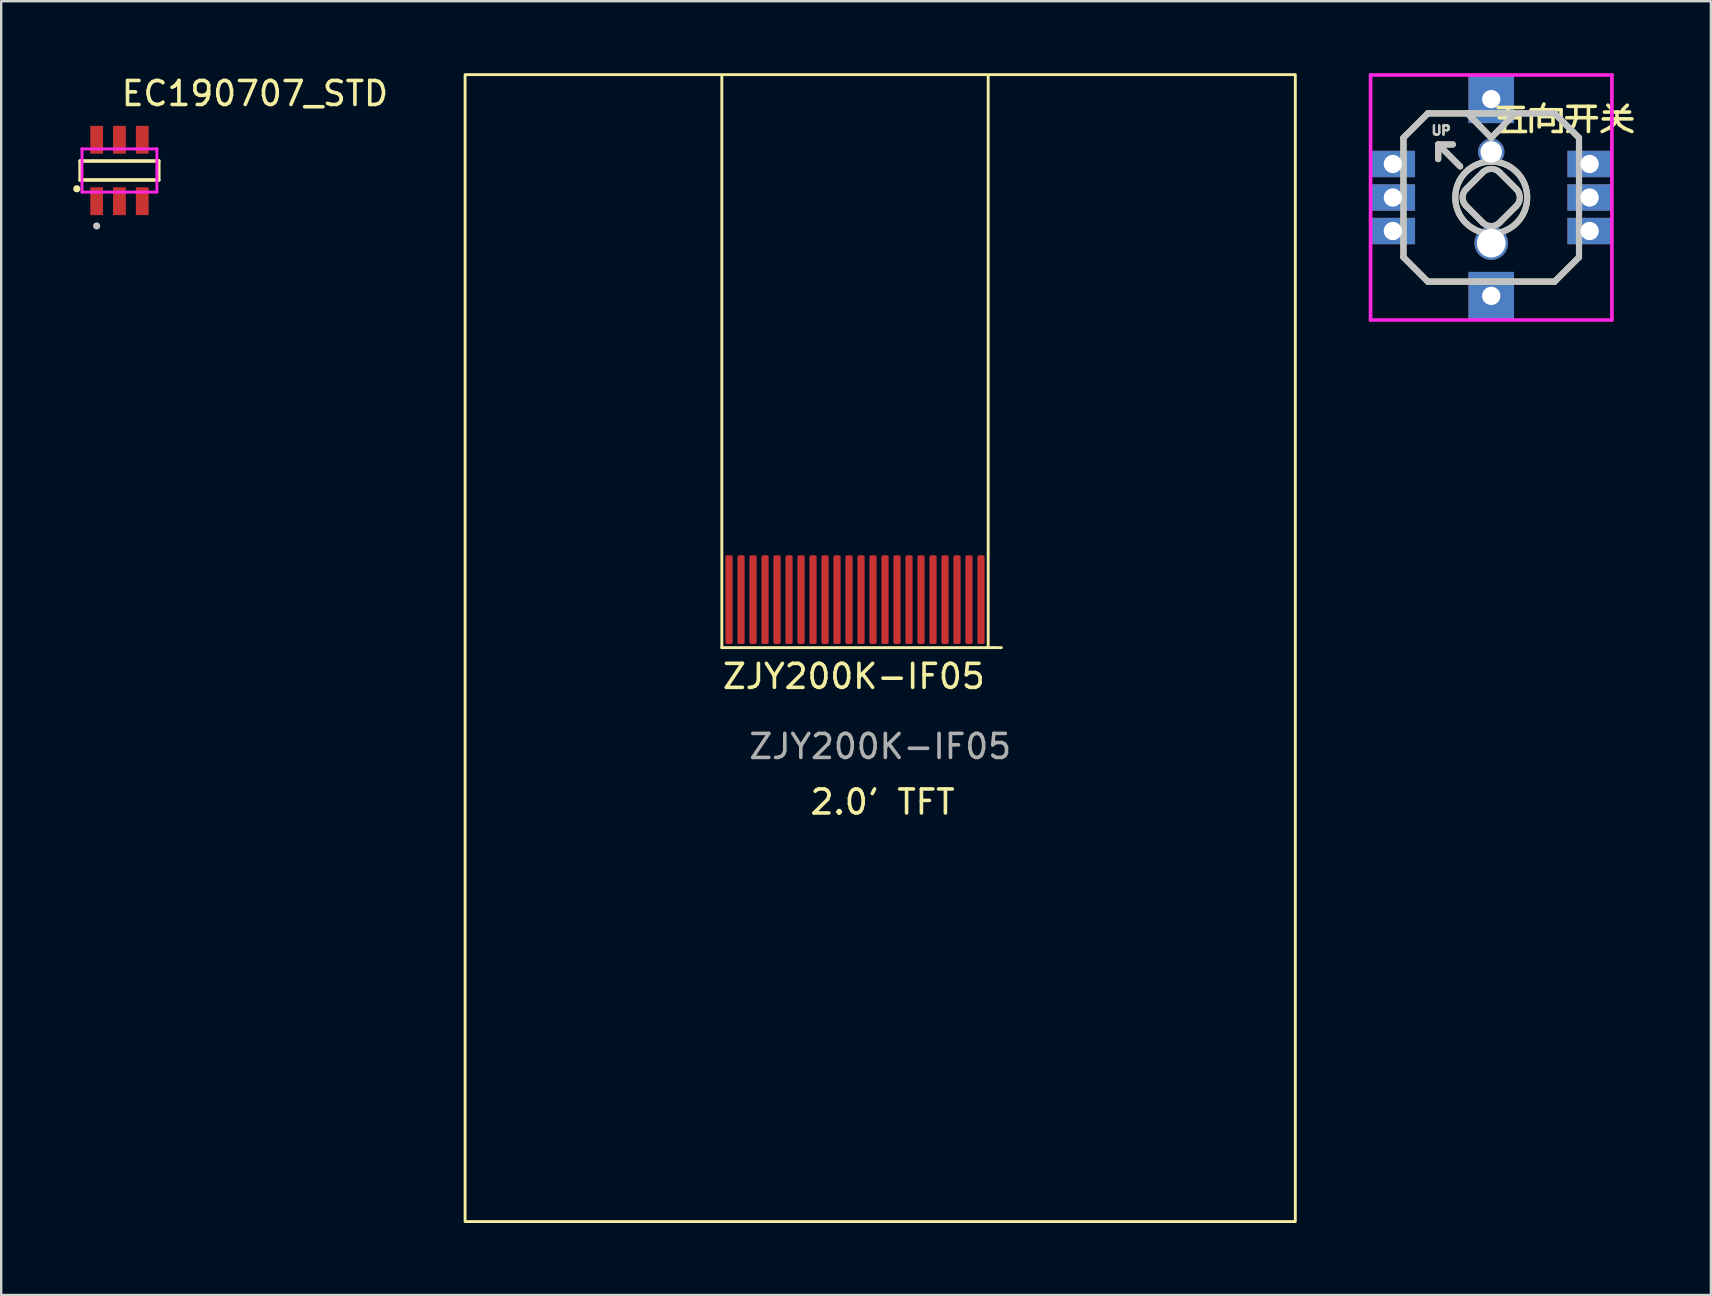
<source format=kicad_pcb>
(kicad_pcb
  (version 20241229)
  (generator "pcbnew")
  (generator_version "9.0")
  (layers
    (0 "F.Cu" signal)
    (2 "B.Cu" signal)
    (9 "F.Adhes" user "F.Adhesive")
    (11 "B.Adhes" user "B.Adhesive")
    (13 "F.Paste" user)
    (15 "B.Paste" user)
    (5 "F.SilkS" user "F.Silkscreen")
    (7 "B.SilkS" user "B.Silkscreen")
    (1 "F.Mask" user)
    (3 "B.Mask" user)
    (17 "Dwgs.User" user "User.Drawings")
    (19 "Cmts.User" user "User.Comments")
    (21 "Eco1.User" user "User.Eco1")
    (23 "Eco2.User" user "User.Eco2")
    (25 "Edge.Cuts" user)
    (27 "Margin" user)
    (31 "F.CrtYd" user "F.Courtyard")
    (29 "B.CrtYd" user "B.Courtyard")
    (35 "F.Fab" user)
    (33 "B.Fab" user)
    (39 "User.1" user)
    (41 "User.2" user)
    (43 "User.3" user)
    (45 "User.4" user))
  (footprint "EC190707_STD"
    (layer "F.Cu")
    (at 1.928 4.055)
    (property "Reference" "EC190707_STD" (at 0 -3.207 0) (layer "F.SilkS") (effects (font (size 1 1) (thickness 0.15)) (justify left)))
    (attr through_hole)
    (fp_line (start -1.636 -0.395) (end 1.636 -0.395) (stroke (width 0.152) (type solid)) (layer "F.SilkS"))
    (fp_line (start -1.636 0.395) (end -1.636 -0.395) (stroke (width 0.152) (type solid)) (layer "F.SilkS"))
    (fp_line (start 1.636 -0.395) (end 1.636 0.395) (stroke (width 0.152) (type solid)) (layer "F.SilkS"))
    (fp_line (start 1.636 0.395) (end -1.636 0.395) (stroke (width 0.152) (type solid)) (layer "F.SilkS"))
    (fp_circle (center -1.778 0.762) (end -1.703 0.762) (stroke (width 0.15) (type solid)) (fill no) (layer "F.SilkS"))
    (fp_circle (center -0.95 2.311) (end -0.875 2.311) (stroke (width 0.15) (type solid)) (fill no) (layer "Dwgs.User"))
    (fp_circle (center -1.56 1.5) (end -1.53 1.5) (stroke (width 0.06) (type solid)) (fill no) (layer "Eco2.User"))
    (fp_poly (pts (xy -0.7 -1.5) (xy -0.7 -0.9) (xy -1.2 -0.9) (xy -1.2 -1.5)) (stroke (width 0.12) (type solid)) (fill no) (layer "Eco2.User"))
    (fp_poly (pts (xy -0.7 1.5) (xy -0.7 0.9) (xy -1.2 0.9) (xy -1.2 1.5)) (stroke (width 0.12) (type solid)) (fill no) (layer "Eco2.User"))
    (fp_poly (pts (xy 0.25 -1.5) (xy 0.25 -0.9) (xy -0.25 -0.9) (xy -0.25 -1.5)) (stroke (width 0.12) (type solid)) (fill no) (layer "Eco2.User"))
    (fp_poly (pts (xy 0.25 1.5) (xy 0.25 0.9) (xy -0.25 0.9) (xy -0.25 1.5)) (stroke (width 0.12) (type solid)) (fill no) (layer "Eco2.User"))
    (fp_poly (pts (xy 1.2 -1.5) (xy 1.2 -0.9) (xy 0.7 -0.9) (xy 0.7 -1.5)) (stroke (width 0.12) (type solid)) (fill no) (layer "Eco2.User"))
    (fp_poly (pts (xy 1.2 1.5) (xy 1.2 0.9) (xy 0.7 0.9) (xy 0.7 1.5)) (stroke (width 0.12) (type solid)) (fill no) (layer "Eco2.User"))
    (fp_line (start -1.56 -0.9) (end -1.56 -0.9) (stroke (width 0.12) (type solid)) (layer "F.CrtYd"))
    (fp_line (start -1.56 -0.9) (end -1.56 0.9) (stroke (width 0.12) (type solid)) (layer "F.CrtYd"))
    (fp_line (start -1.56 0.9) (end 1.56 0.9) (stroke (width 0.12) (type solid)) (layer "F.CrtYd"))
    (fp_line (start 1.56 -0.9) (end -1.56 -0.9) (stroke (width 0.12) (type solid)) (layer "F.CrtYd"))
    (fp_line (start 1.56 -0.9) (end 1.56 -0.9) (stroke (width 0.12) (type solid)) (layer "F.CrtYd"))
    (fp_line (start 1.56 0.9) (end 1.56 -0.9) (stroke (width 0.12) (type solid)) (layer "F.CrtYd"))
    (pad "1" smd rect (at -0.95 1.28) (size 0.532 1.16) (layers "F.Cu" "F.Mask" "F.Paste"))
    (pad "2" smd rect (at 0 1.28) (size 0.532 1.16) (layers "F.Cu" "F.Mask" "F.Paste"))
    (pad "3" smd rect (at 0.95 1.28) (size 0.532 1.16) (layers "F.Cu" "F.Mask" "F.Paste"))
    (pad "4" smd rect (at 0.95 -1.28) (size 0.532 1.16) (layers "F.Cu" "F.Mask" "F.Paste"))
    (pad "5" smd rect (at 0 -1.28) (size 0.532 1.16) (layers "F.Cu" "F.Mask" "F.Paste"))
    (pad "6" smd rect (at -0.95 -1.28) (size 0.532 1.16) (layers "F.Cu" "F.Mask" "F.Paste")))
  (footprint "五向开关"
    (layer "F.Cu")
    (at 59.098 5.181)
    (property "Reference" "五向开关" (at 0 -3.207 0) (layer "F.SilkS") (effects (font (size 1 1) (thickness 0.15)) (justify left)))
    (attr through_hole)
    (fp_line (start -3.658 -2.489) (end -2.642 -3.505) (stroke (width 0.254) (type solid)) (layer "F.SilkS"))
    (fp_line (start -3.658 2.489) (end -3.658 -2.489) (stroke (width 0.254) (type solid)) (layer "F.SilkS"))
    (fp_line (start -2.642 -3.505) (end -0.991 -3.505) (stroke (width 0.254) (type solid)) (layer "F.SilkS"))
    (fp_line (start -2.642 3.505) (end -3.658 2.489) (stroke (width 0.254) (type solid)) (layer "F.SilkS"))
    (fp_line (start -2.21 -2.21) (end -2.21 -1.6) (stroke (width 0.254) (type solid)) (layer "F.SilkS"))
    (fp_line (start -2.21 -2.21) (end -1.6 -2.21) (stroke (width 0.254) (type solid)) (layer "F.SilkS"))
    (fp_line (start -1.295 -1.295) (end -2.21 -2.21) (stroke (width 0.254) (type solid)) (layer "F.SilkS"))
    (fp_line (start -1.041 0.356) (end -0.356 1.041) (stroke (width 0.254) (type solid)) (layer "F.SilkS"))
    (fp_line (start -0.991 -3.505) (end 0.991 -3.505) (stroke (width 0.254) (type solid)) (layer "F.SilkS"))
    (fp_line (start -0.356 -1.041) (end -1.041 -0.356) (stroke (width 0.254) (type solid)) (layer "F.SilkS"))
    (fp_line (start 0 -2.489) (end -0.991 -3.505) (stroke (width 0.254) (type solid)) (layer "F.SilkS"))
    (fp_line (start 0 -2.489) (end 0.991 -3.505) (stroke (width 0.254) (type solid)) (layer "F.SilkS"))
    (fp_line (start 0.356 1.041) (end 1.041 0.356) (stroke (width 0.254) (type solid)) (layer "F.SilkS"))
    (fp_line (start 0.991 -3.505) (end 2.642 -3.505) (stroke (width 0.254) (type solid)) (layer "F.SilkS"))
    (fp_line (start 1.041 -0.356) (end 0.356 -1.041) (stroke (width 0.254) (type solid)) (layer "F.SilkS"))
    (fp_line (start 2.642 -3.505) (end 3.658 -2.489) (stroke (width 0.254) (type solid)) (layer "F.SilkS"))
    (fp_line (start 2.642 3.505) (end -2.642 3.505) (stroke (width 0.254) (type solid)) (layer "F.SilkS"))
    (fp_line (start 3.658 -2.489) (end 3.658 2.489) (stroke (width 0.254) (type solid)) (layer "F.SilkS"))
    (fp_line (start 3.658 2.489) (end 2.642 3.505) (stroke (width 0.254) (type solid)) (layer "F.SilkS"))
    (fp_arc (start -1.046 0.353) (mid -1.192217 0.000569) (end -1.046803 -0.352195) (stroke (width 0.254) (type solid)) (layer "F.SilkS"))
    (fp_arc (start -0.353 -1.046) (mid -0.000569 -1.192217) (end 0.352195 -1.046803) (stroke (width 0.254) (type solid)) (layer "F.SilkS"))
    (fp_arc (start 0.353 1.046) (mid 0.000569 1.192217) (end -0.352195 1.046803) (stroke (width 0.254) (type solid)) (layer "F.SilkS"))
    (fp_arc (start 1.046 -0.353) (mid 1.192217 -0.000569) (end 1.046803 0.352195) (stroke (width 0.254) (type solid)) (layer "F.SilkS"))
    (fp_circle (center 0 0) (end 1.499 0) (stroke (width 0.254) (type solid)) (fill no) (layer "F.SilkS"))
    (fp_line (start -3.658 -2.489) (end -2.642 -3.505) (stroke (width 0.254) (type solid)) (layer "Dwgs.User"))
    (fp_line (start -3.658 2.489) (end -3.658 -2.489) (stroke (width 0.254) (type solid)) (layer "Dwgs.User"))
    (fp_line (start -2.642 -3.505) (end -0.991 -3.505) (stroke (width 0.254) (type solid)) (layer "Dwgs.User"))
    (fp_line (start -2.642 3.505) (end -3.658 2.489) (stroke (width 0.254) (type solid)) (layer "Dwgs.User"))
    (fp_line (start -2.21 -2.21) (end -2.21 -1.6) (stroke (width 0.254) (type solid)) (layer "Dwgs.User"))
    (fp_line (start -2.21 -2.21) (end -1.6 -2.21) (stroke (width 0.254) (type solid)) (layer "Dwgs.User"))
    (fp_line (start -1.295 -1.295) (end -2.21 -2.21) (stroke (width 0.254) (type solid)) (layer "Dwgs.User"))
    (fp_line (start -1.041 0.356) (end -0.356 1.041) (stroke (width 0.254) (type solid)) (layer "Dwgs.User"))
    (fp_line (start -0.991 -3.505) (end 0.991 -3.505) (stroke (width 0.254) (type solid)) (layer "Dwgs.User"))
    (fp_line (start -0.356 -1.041) (end -1.041 -0.356) (stroke (width 0.254) (type solid)) (layer "Dwgs.User"))
    (fp_line (start 0 -2.489) (end -0.991 -3.505) (stroke (width 0.254) (type solid)) (layer "Dwgs.User"))
    (fp_line (start 0 -2.489) (end 0.991 -3.505) (stroke (width 0.254) (type solid)) (layer "Dwgs.User"))
    (fp_line (start 0.356 1.041) (end 1.041 0.356) (stroke (width 0.254) (type solid)) (layer "Dwgs.User"))
    (fp_line (start 0.991 -3.505) (end 2.642 -3.505) (stroke (width 0.254) (type solid)) (layer "Dwgs.User"))
    (fp_line (start 1.041 -0.356) (end 0.356 -1.041) (stroke (width 0.254) (type solid)) (layer "Dwgs.User"))
    (fp_line (start 2.642 -3.505) (end 3.658 -2.489) (stroke (width 0.254) (type solid)) (layer "Dwgs.User"))
    (fp_line (start 2.642 3.505) (end -2.642 3.505) (stroke (width 0.254) (type solid)) (layer "Dwgs.User"))
    (fp_line (start 3.658 -2.489) (end 3.658 2.489) (stroke (width 0.254) (type solid)) (layer "Dwgs.User"))
    (fp_line (start 3.658 2.489) (end 2.642 3.505) (stroke (width 0.254) (type solid)) (layer "Dwgs.User"))
    (fp_arc (start -1.046 0.353) (mid -1.192217 0.000569) (end -1.046803 -0.352195) (stroke (width 0.254) (type solid)) (layer "Dwgs.User"))
    (fp_arc (start -0.353 -1.046) (mid -0.000569 -1.192217) (end 0.352195 -1.046803) (stroke (width 0.254) (type solid)) (layer "Dwgs.User"))
    (fp_arc (start 0.353 1.046) (mid 0.000569 1.192217) (end -0.352195 1.046803) (stroke (width 0.254) (type solid)) (layer "Dwgs.User"))
    (fp_arc (start 1.046 -0.353) (mid 1.192217 -0.000569) (end 1.046803 0.352195) (stroke (width 0.254) (type solid)) (layer "Dwgs.User"))
    (fp_circle (center 0 0) (end 1.499 0) (stroke (width 0.254) (type solid)) (fill no) (layer "Dwgs.User"))
    (fp_line (start -5.029 -5.105) (end 5.029 -5.105) (stroke (width 0.152) (type solid)) (layer "F.CrtYd"))
    (fp_line (start -5.029 5.105) (end -5.029 -5.105) (stroke (width 0.152) (type solid)) (layer "F.CrtYd"))
    (fp_line (start 5.029 -5.105) (end 5.029 5.105) (stroke (width 0.152) (type solid)) (layer "F.CrtYd"))
    (fp_line (start 5.029 5.105) (end -5.029 5.105) (stroke (width 0.152) (type solid)) (layer "F.CrtYd"))
    (fp_text user "UP" (at -2.54 -2.794 0) (layer "F.SilkS") (effects (font (size 0.381 0.381) (thickness 0.152)) (justify left)))
    (fp_text user "UP" (at -2.54 -2.794 0) (layer "Dwgs.User") (effects (font (size 0.381 0.381) (thickness 0.152)) (justify left)))
    (pad "" thru_hole circle (at 0 -1.9) (size 1.1 1.1) (drill 0.9) (layers "*.Cu" "*.Mask"))
    (pad "" thru_hole circle (at 0 1.9) (size 1.4 1.4) (drill 1.2) (layers "*.Cu" "*.Mask"))
    (pad "1" thru_hole rect (at -4.1 -1.397) (size 1.849 1.1) (drill 0.762) (layers "F.Cu" "F.Mask" "F.Paste"))
    (pad "2" thru_hole rect (at -4.1 0) (size 1.849 1.1) (drill 0.762) (layers "F.Cu" "F.Mask" "F.Paste"))
    (pad "3" thru_hole rect (at -4.1 1.397) (size 1.849 1.1) (drill 0.762) (layers "F.Cu" "F.Mask" "F.Paste"))
    (pad "4" thru_hole rect (at 4.1 1.397) (size 1.849 1.1) (drill 0.762) (layers "F.Cu" "F.Mask" "F.Paste"))
    (pad "5" thru_hole rect (at 4.1 0) (size 1.849 1.1) (drill 0.762) (layers "F.Cu" "F.Mask" "F.Paste"))
    (pad "6" thru_hole rect (at 4.1 -1.397) (size 1.849 1.1) (drill 0.762) (layers "F.Cu" "F.Mask" "F.Paste"))
    (pad "7" thru_hole rect (at 0 -4.1) (size 1.9 1.999) (drill 0.762) (layers "F.Cu" "F.Mask" "F.Paste"))
    (pad "8" thru_hole rect (at 0 4.1) (size 1.9 1.999) (drill 0.762) (layers "F.Cu" "F.Mask" "F.Paste")))
  (footprint "ZJY200K-IF05"
    (layer "F.Cu")
    (at 33.633 25.56)
    (property "Reference" "ZJY200K-IF05" (at -1.1 -0.42 0) (unlocked yes) (layer "F.SilkS") (effects (font (size 1 1) (thickness 0.15))))
    (attr smd)
    (fp_line (start -6.6 -1.62) (end -6.6 -25.42) (stroke (width 0.12) (type default)) (layer "F.SilkS"))
    (fp_line (start -6.6 -1.62) (end 4.5 -1.62) (stroke (width 0.12) (type default)) (layer "F.SilkS"))
    (fp_line (start 4.5 -1.62) (end 4.5 -25.42) (stroke (width 0.12) (type default)) (layer "F.SilkS"))
    (fp_line (start 4.75 -1.62) (end 4.45 -1.62) (stroke (width 0.12) (type default)) (layer "F.SilkS"))
    (fp_rect (start 5.05 -1.62) (end 4.75 -1.62) (stroke (width 0.12) (type default)) (fill no) (layer "F.SilkS"))
    (fp_rect (start 17.3 -25.5) (end -17.3 22.3) (stroke (width 0.12) (type default)) (fill no) (layer "F.SilkS"))
    (fp_text user "2.0' TFT" (at -3 5.4 0) (unlocked yes) (layer "F.SilkS") (effects (font (size 1 1) (thickness 0.15)) (justify left bottom)))
    (fp_text user "${REFERENCE}" (at 0 2.5 0) (unlocked yes) (layer "F.Fab") (effects (font (size 1 1) (thickness 0.15))))
    (pad "1" smd roundrect (at 4.2 -3.62) (size 0.3 3.7) (layers "F.Cu" "F.Mask" "F.Paste") (roundrect_rratio 0.25))
    (pad "2" smd roundrect (at 3.7 -3.62) (size 0.3 3.7) (layers "F.Cu" "F.Mask" "F.Paste") (roundrect_rratio 0.25))
    (pad "3" smd roundrect (at 3.2 -3.62) (size 0.3 3.7) (layers "F.Cu" "F.Mask" "F.Paste") (roundrect_rratio 0.25))
    (pad "4" smd roundrect (at 2.7 -3.62) (size 0.3 3.7) (layers "F.Cu" "F.Mask" "F.Paste") (roundrect_rratio 0.25))
    (pad "5" smd roundrect (at 2.2 -3.62) (size 0.3 3.7) (layers "F.Cu" "F.Mask" "F.Paste") (roundrect_rratio 0.25))
    (pad "6" smd roundrect (at 1.7 -3.62) (size 0.3 3.7) (layers "F.Cu" "F.Mask" "F.Paste") (roundrect_rratio 0.25))
    (pad "7" smd roundrect (at 1.2 -3.62) (size 0.3 3.7) (layers "F.Cu" "F.Mask" "F.Paste") (roundrect_rratio 0.25))
    (pad "8" smd roundrect (at 0.7 -3.62) (size 0.3 3.7) (layers "F.Cu" "F.Mask" "F.Paste") (roundrect_rratio 0.25))
    (pad "9" smd roundrect (at 0.2 -3.62) (size 0.3 3.7) (layers "F.Cu" "F.Mask" "F.Paste") (roundrect_rratio 0.25))
    (pad "10" smd roundrect (at -0.3 -3.62) (size 0.3 3.7) (layers "F.Cu" "F.Mask" "F.Paste") (roundrect_rratio 0.25))
    (pad "11" smd roundrect (at -0.8 -3.62) (size 0.3 3.7) (layers "F.Cu" "F.Mask" "F.Paste") (roundrect_rratio 0.25))
    (pad "12" smd roundrect (at -1.3 -3.62) (size 0.3 3.7) (layers "F.Cu" "F.Mask" "F.Paste") (roundrect_rratio 0.25))
    (pad "13" smd roundrect (at -1.8 -3.62) (size 0.3 3.7) (layers "F.Cu" "F.Mask" "F.Paste") (roundrect_rratio 0.25))
    (pad "14" smd roundrect (at -2.3 -3.62) (size 0.3 3.7) (layers "F.Cu" "F.Mask" "F.Paste") (roundrect_rratio 0.25))
    (pad "15" smd roundrect (at -2.8 -3.62) (size 0.3 3.7) (layers "F.Cu" "F.Mask" "F.Paste") (roundrect_rratio 0.25))
    (pad "16" smd roundrect (at -3.3 -3.62) (size 0.3 3.7) (layers "F.Cu" "F.Mask" "F.Paste") (roundrect_rratio 0.25))
    (pad "17" smd roundrect (at -3.8 -3.62) (size 0.3 3.7) (layers "F.Cu" "F.Mask" "F.Paste") (roundrect_rratio 0.25))
    (pad "18" smd roundrect (at -4.3 -3.62) (size 0.3 3.7) (layers "F.Cu" "F.Mask" "F.Paste") (roundrect_rratio 0.25))
    (pad "19" smd roundrect (at -4.8 -3.62) (size 0.3 3.7) (layers "F.Cu" "F.Mask" "F.Paste") (roundrect_rratio 0.25))
    (pad "20" smd roundrect (at -5.3 -3.62) (size 0.3 3.7) (layers "F.Cu" "F.Mask" "F.Paste") (roundrect_rratio 0.25))
    (pad "21" smd roundrect (at -5.8 -3.62) (size 0.3 3.7) (layers "F.Cu" "F.Mask" "F.Paste") (roundrect_rratio 0.25))
    (pad "22" smd roundrect (at -6.3 -3.62) (size 0.3 3.7) (layers "F.Cu" "F.Mask" "F.Paste") (roundrect_rratio 0.25)))
  (gr_rect
    (start -3 -3)
    (end 68.253 50.92)
    (stroke (width 0.1) (type default))
    (fill no)
    (layer "Edge.Cuts")))
</source>
